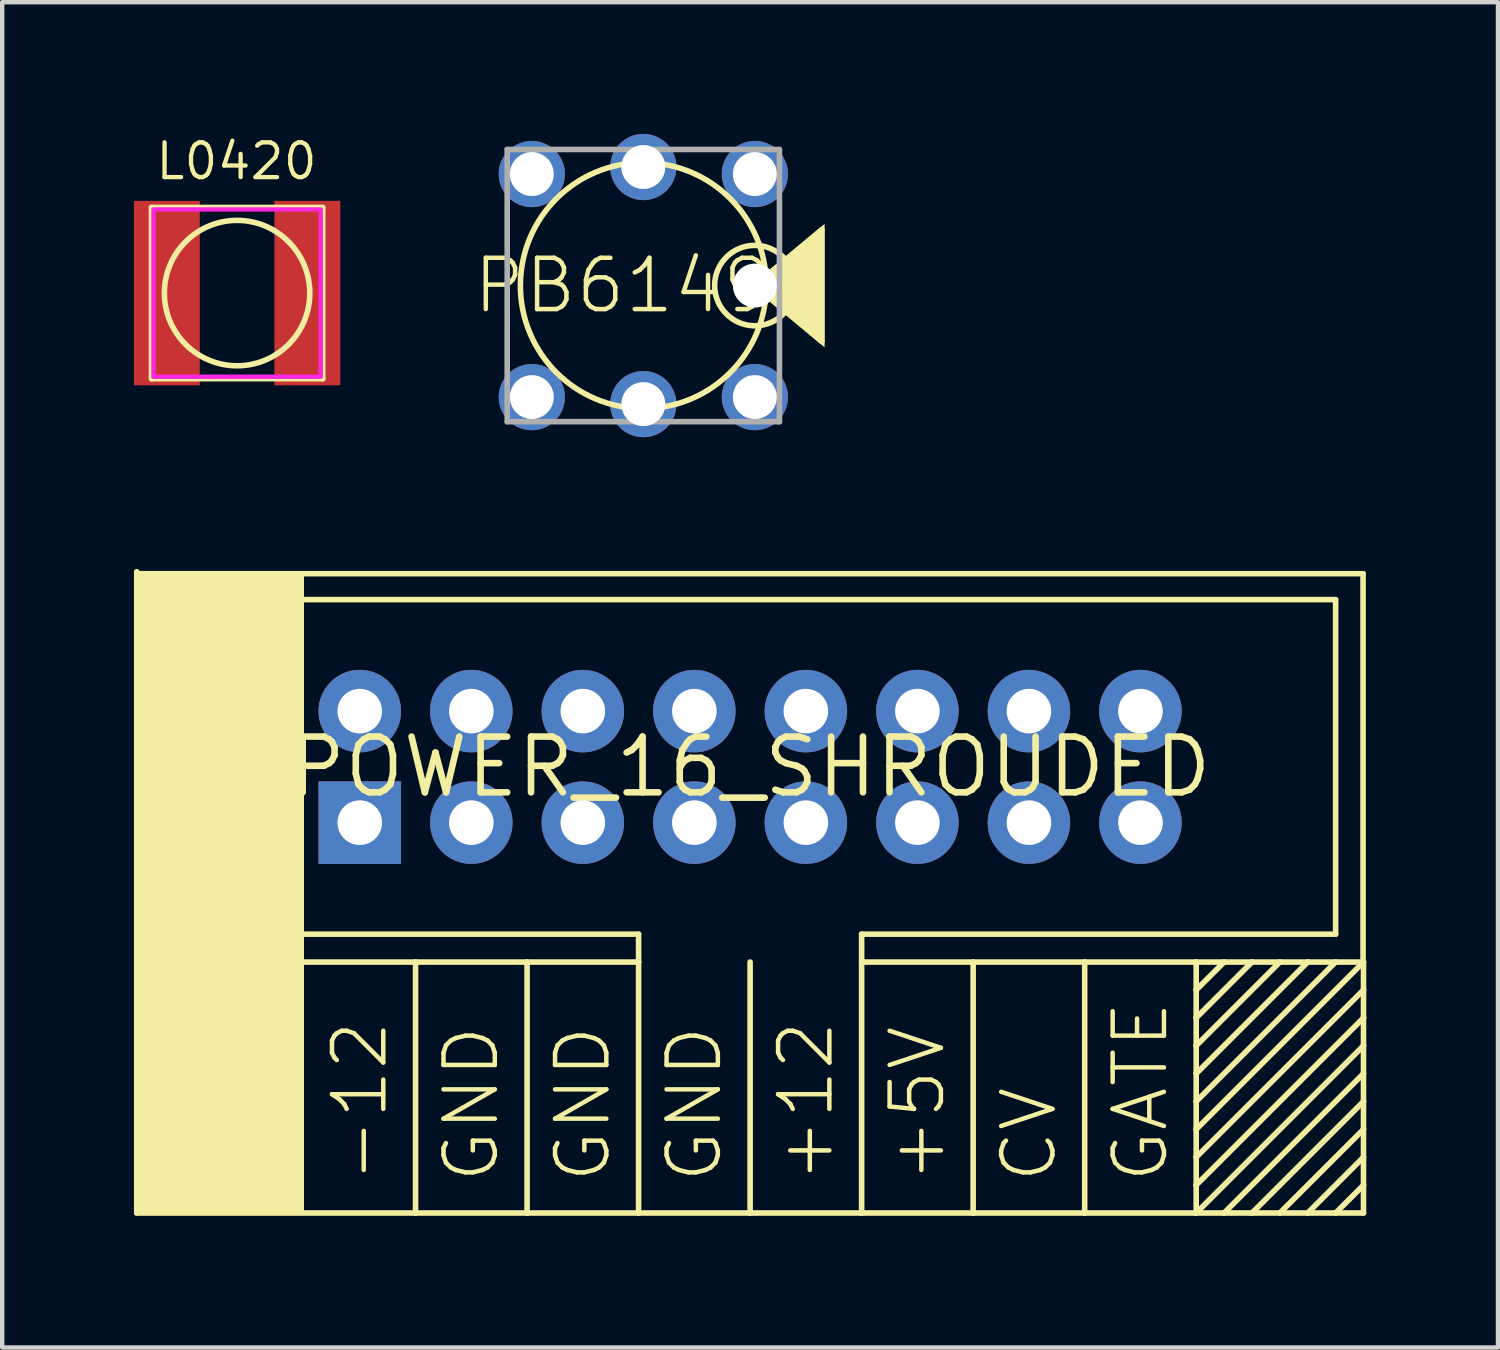
<source format=kicad_pcb>
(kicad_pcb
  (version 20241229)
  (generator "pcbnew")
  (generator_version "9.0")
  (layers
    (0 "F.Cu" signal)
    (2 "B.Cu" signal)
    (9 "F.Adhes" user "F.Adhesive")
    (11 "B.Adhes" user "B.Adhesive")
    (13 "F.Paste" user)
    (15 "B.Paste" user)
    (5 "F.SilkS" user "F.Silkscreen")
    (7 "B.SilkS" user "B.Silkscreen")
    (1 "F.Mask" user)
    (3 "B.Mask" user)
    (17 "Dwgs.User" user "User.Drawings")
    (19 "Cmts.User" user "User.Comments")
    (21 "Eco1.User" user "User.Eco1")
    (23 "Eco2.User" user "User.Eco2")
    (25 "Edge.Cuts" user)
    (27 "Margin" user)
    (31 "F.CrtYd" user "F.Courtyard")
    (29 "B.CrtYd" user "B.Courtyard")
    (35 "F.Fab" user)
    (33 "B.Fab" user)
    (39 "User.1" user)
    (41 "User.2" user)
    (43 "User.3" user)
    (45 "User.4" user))
  (footprint "PB6149L"
    (layer "F.Cu")
    (at 11.602 3.454)
    (property "Reference" "PB6149L" (at 0 0 0) (layer "F.SilkS") (effects (font (size 1.168 1.168) (thickness 0.102))))
    (attr through_hole)
    (fp_line (start 2.54 0) (end 4.064 -1.27) (stroke (width 0.127) (type solid)) (layer "F.SilkS"))
    (fp_line (start 4.064 -1.27) (end 4.064 1.27) (stroke (width 0.127) (type solid)) (layer "F.SilkS"))
    (fp_line (start 4.064 1.27) (end 2.54 0) (stroke (width 0.127) (type solid)) (layer "F.SilkS"))
    (fp_circle (center 0 0) (end 2.8 0) (stroke (width 0.127) (type solid)) (fill no) (layer "F.SilkS"))
    (fp_circle (center 2.54 0) (end 3.456 0) (stroke (width 0.127) (type solid)) (fill no) (layer "F.SilkS"))
    (fp_poly (pts (xy 4.128 1.406) (xy 2.441 0) (xy 4.128 -1.406)) (stroke (width 0) (type solid)) (fill yes) (layer "F.SilkS"))
    (fp_line (start -3.1 -3.1) (end 3.1 -3.1) (stroke (width 0.127) (type solid)) (layer "F.Fab"))
    (fp_line (start -3.1 3.1) (end -3.1 -3.1) (stroke (width 0.127) (type solid)) (layer "F.Fab"))
    (fp_line (start 3.1 -3.1) (end 3.1 3.1) (stroke (width 0.127) (type solid)) (layer "F.Fab"))
    (fp_line (start 3.1 3.1) (end -3.1 3.1) (stroke (width 0.127) (type solid)) (layer "F.Fab"))
    (fp_circle (center 0 0) (end 3 0) (stroke (width 0.025) (type solid)) (fill no) (layer "User.3"))
    (pad "" np_thru_hole circle (at 2.54 0) (size 1 1) (drill 1) (layers "*.Cu" "*.Mask"))
    (pad "1" thru_hole circle (at 2.54 -2.54) (size 1.508 1.508) (drill 1) (layers "*.Cu" "*.Mask"))
    (pad "2" thru_hole circle (at 2.54 2.54) (size 1.508 1.508) (drill 1) (layers "*.Cu" "*.Mask"))
    (pad "3" thru_hole circle (at -2.54 -2.54) (size 1.508 1.508) (drill 1) (layers "*.Cu" "*.Mask"))
    (pad "4" thru_hole circle (at -2.54 2.54) (size 1.508 1.508) (drill 1) (layers "*.Cu" "*.Mask"))
    (pad "LEDNEG" thru_hole circle (at 0 2.7) (size 1.508 1.508) (drill 1) (layers "*.Cu" "*.Mask"))
    (pad "LEDPOS" thru_hole circle (at 0 -2.7) (size 1.508 1.508) (drill 1) (layers "*.Cu" "*.Mask")))
  (footprint "L0420"
    (layer "F.Cu")
    (at 2.35 3.625)
    (property "Reference" "L0420" (at -1.905 -2.54 0) (layer "F.SilkS") (effects (font (size 0.791 0.791) (thickness 0.098)) (justify left bottom)))
    (fp_line (start -1.95 -1.95) (end 1.95 -1.95) (stroke (width 0.127) (type solid)) (layer "F.SilkS"))
    (fp_line (start -1.95 1.95) (end -1.95 -1.95) (stroke (width 0.127) (type solid)) (layer "F.SilkS"))
    (fp_line (start 1.95 -1.95) (end 1.95 1.95) (stroke (width 0.127) (type solid)) (layer "F.SilkS"))
    (fp_line (start 1.95 1.95) (end -1.95 1.95) (stroke (width 0.127) (type solid)) (layer "F.SilkS"))
    (fp_circle (center 0 0) (end 1.656 0) (stroke (width 0.127) (type solid)) (fill no) (layer "F.SilkS"))
    (fp_poly (pts (xy -1.905 1.905) (xy 1.905 1.905) (xy 1.905 -1.905) (xy -1.905 -1.905)) (stroke (width 0.1) (type solid)) (fill no) (layer "F.CrtYd"))
    (pad "1" smd rect (at -1.6 0 90) (size 4.2 1.5) (layers "F.Cu" "F.Mask" "F.Paste"))
    (pad "2" smd rect (at 1.6 0 90) (size 4.2 1.5) (layers "F.Cu" "F.Mask" "F.Paste")))
  (footprint "POWER_16_SHROUDED"
    (layer "F.Cu")
    (at 14.034 14.416)
    (property "Reference" "POWER_16_SHROUDED" (at 0 0 0) (layer "F.SilkS") (effects (font (size 1.27 1.27) (thickness 0.15))))
    (fp_line (start -13.97 -4.445) (end -13.97 10.16) (stroke (width 0.127) (type solid)) (layer "F.SilkS"))
    (fp_line (start -13.96 -4.4) (end 13.96 -4.4) (stroke (width 0.127) (type solid)) (layer "F.SilkS"))
    (fp_line (start -10.16 -3.81) (end 13.335 -3.81) (stroke (width 0.127) (type solid)) (layer "F.SilkS"))
    (fp_line (start -7.62 4.445) (end -10.16 4.445) (stroke (width 0.127) (type solid)) (layer "F.SilkS"))
    (fp_line (start -7.62 10.16) (end -13.97 10.16) (stroke (width 0.127) (type solid)) (layer "F.SilkS"))
    (fp_line (start -7.62 10.16) (end -7.62 4.445) (stroke (width 0.127) (type solid)) (layer "F.SilkS"))
    (fp_line (start -5.08 4.445) (end -7.62 4.445) (stroke (width 0.127) (type solid)) (layer "F.SilkS"))
    (fp_line (start -5.08 4.445) (end -5.08 10.16) (stroke (width 0.127) (type solid)) (layer "F.SilkS"))
    (fp_line (start -5.08 10.16) (end -7.62 10.16) (stroke (width 0.127) (type solid)) (layer "F.SilkS"))
    (fp_line (start -2.54 3.81) (end -10.795 3.81) (stroke (width 0.127) (type solid)) (layer "F.SilkS"))
    (fp_line (start -2.54 4.445) (end -5.08 4.445) (stroke (width 0.127) (type solid)) (layer "F.SilkS"))
    (fp_line (start -2.54 4.445) (end -2.54 3.81) (stroke (width 0.127) (type solid)) (layer "F.SilkS"))
    (fp_line (start -2.54 4.445) (end -2.54 10.16) (stroke (width 0.127) (type solid)) (layer "F.SilkS"))
    (fp_line (start -2.54 10.16) (end -5.08 10.16) (stroke (width 0.127) (type solid)) (layer "F.SilkS"))
    (fp_line (start 0 10.16) (end -2.54 10.16) (stroke (width 0.127) (type solid)) (layer "F.SilkS"))
    (fp_line (start 0 10.16) (end 0 4.445) (stroke (width 0.127) (type solid)) (layer "F.SilkS"))
    (fp_line (start 2.54 3.81) (end 2.54 4.445) (stroke (width 0.127) (type solid)) (layer "F.SilkS"))
    (fp_line (start 2.54 4.445) (end 5.08 4.445) (stroke (width 0.127) (type solid)) (layer "F.SilkS"))
    (fp_line (start 2.54 10.16) (end 0 10.16) (stroke (width 0.127) (type solid)) (layer "F.SilkS"))
    (fp_line (start 2.54 10.16) (end 2.54 4.445) (stroke (width 0.127) (type solid)) (layer "F.SilkS"))
    (fp_line (start 5.08 4.445) (end 7.62 4.445) (stroke (width 0.127) (type solid)) (layer "F.SilkS"))
    (fp_line (start 5.08 10.16) (end 2.54 10.16) (stroke (width 0.127) (type solid)) (layer "F.SilkS"))
    (fp_line (start 5.08 10.16) (end 5.08 4.445) (stroke (width 0.127) (type solid)) (layer "F.SilkS"))
    (fp_line (start 7.62 4.445) (end 10.16 4.445) (stroke (width 0.127) (type solid)) (layer "F.SilkS"))
    (fp_line (start 7.62 10.16) (end 5.08 10.16) (stroke (width 0.127) (type solid)) (layer "F.SilkS"))
    (fp_line (start 7.62 10.16) (end 7.62 4.445) (stroke (width 0.127) (type solid)) (layer "F.SilkS"))
    (fp_line (start 10.16 4.445) (end 10.795 4.445) (stroke (width 0.127) (type solid)) (layer "F.SilkS"))
    (fp_line (start 10.16 5.08) (end 10.16 4.445) (stroke (width 0.127) (type solid)) (layer "F.SilkS"))
    (fp_line (start 10.16 5.08) (end 10.795 4.445) (stroke (width 0.127) (type solid)) (layer "F.SilkS"))
    (fp_line (start 10.16 5.715) (end 10.16 5.08) (stroke (width 0.127) (type solid)) (layer "F.SilkS"))
    (fp_line (start 10.16 6.35) (end 10.16 5.715) (stroke (width 0.127) (type solid)) (layer "F.SilkS"))
    (fp_line (start 10.16 6.985) (end 10.16 6.35) (stroke (width 0.127) (type solid)) (layer "F.SilkS"))
    (fp_line (start 10.16 6.985) (end 12.7 4.445) (stroke (width 0.127) (type solid)) (layer "F.SilkS"))
    (fp_line (start 10.16 7.62) (end 10.16 6.985) (stroke (width 0.127) (type solid)) (layer "F.SilkS"))
    (fp_line (start 10.16 8.255) (end 10.16 7.62) (stroke (width 0.127) (type solid)) (layer "F.SilkS"))
    (fp_line (start 10.16 8.255) (end 13.97 4.445) (stroke (width 0.127) (type solid)) (layer "F.SilkS"))
    (fp_line (start 10.16 8.89) (end 10.16 8.255) (stroke (width 0.127) (type solid)) (layer "F.SilkS"))
    (fp_line (start 10.16 8.89) (end 10.16 9.525) (stroke (width 0.127) (type solid)) (layer "F.SilkS"))
    (fp_line (start 10.16 9.525) (end 13.97 5.715) (stroke (width 0.127) (type solid)) (layer "F.SilkS"))
    (fp_line (start 10.16 10.16) (end 7.62 10.16) (stroke (width 0.127) (type solid)) (layer "F.SilkS"))
    (fp_line (start 10.16 10.16) (end 10.16 9.525) (stroke (width 0.127) (type solid)) (layer "F.SilkS"))
    (fp_line (start 10.16 10.16) (end 10.795 10.16) (stroke (width 0.127) (type solid)) (layer "F.SilkS"))
    (fp_line (start 10.795 4.445) (end 11.43 4.445) (stroke (width 0.127) (type solid)) (layer "F.SilkS"))
    (fp_line (start 10.795 10.16) (end 11.43 10.16) (stroke (width 0.127) (type solid)) (layer "F.SilkS"))
    (fp_line (start 10.795 10.16) (end 13.97 6.985) (stroke (width 0.127) (type solid)) (layer "F.SilkS"))
    (fp_line (start 11.43 4.445) (end 10.16 5.715) (stroke (width 0.127) (type solid)) (layer "F.SilkS"))
    (fp_line (start 11.43 4.445) (end 12.065 4.445) (stroke (width 0.127) (type solid)) (layer "F.SilkS"))
    (fp_line (start 11.43 10.16) (end 12.065 10.16) (stroke (width 0.127) (type solid)) (layer "F.SilkS"))
    (fp_line (start 12.065 4.445) (end 10.16 6.35) (stroke (width 0.127) (type solid)) (layer "F.SilkS"))
    (fp_line (start 12.065 4.445) (end 12.7 4.445) (stroke (width 0.127) (type solid)) (layer "F.SilkS"))
    (fp_line (start 12.065 10.16) (end 12.7 10.16) (stroke (width 0.127) (type solid)) (layer "F.SilkS"))
    (fp_line (start 12.065 10.16) (end 13.97 8.255) (stroke (width 0.127) (type solid)) (layer "F.SilkS"))
    (fp_line (start 12.7 4.445) (end 13.335 4.445) (stroke (width 0.127) (type solid)) (layer "F.SilkS"))
    (fp_line (start 12.7 10.16) (end 13.335 10.16) (stroke (width 0.127) (type solid)) (layer "F.SilkS"))
    (fp_line (start 13.335 -3.81) (end 13.335 3.81) (stroke (width 0.127) (type solid)) (layer "F.SilkS"))
    (fp_line (start 13.335 3.81) (end 2.54 3.81) (stroke (width 0.127) (type solid)) (layer "F.SilkS"))
    (fp_line (start 13.335 4.445) (end 10.16 7.62) (stroke (width 0.127) (type solid)) (layer "F.SilkS"))
    (fp_line (start 13.335 4.445) (end 13.97 4.445) (stroke (width 0.127) (type solid)) (layer "F.SilkS"))
    (fp_line (start 13.335 10.16) (end 13.97 9.525) (stroke (width 0.127) (type solid)) (layer "F.SilkS"))
    (fp_line (start 13.335 10.16) (end 13.97 10.16) (stroke (width 0.127) (type solid)) (layer "F.SilkS"))
    (fp_line (start 13.96 -4.4) (end 13.96 4.4) (stroke (width 0.127) (type solid)) (layer "F.SilkS"))
    (fp_line (start 13.97 5.08) (end 10.16 8.89) (stroke (width 0.127) (type solid)) (layer "F.SilkS"))
    (fp_line (start 13.97 5.08) (end 13.97 4.445) (stroke (width 0.127) (type solid)) (layer "F.SilkS"))
    (fp_line (start 13.97 5.715) (end 13.97 5.08) (stroke (width 0.127) (type solid)) (layer "F.SilkS"))
    (fp_line (start 13.97 6.35) (end 10.16 10.16) (stroke (width 0.127) (type solid)) (layer "F.SilkS"))
    (fp_line (start 13.97 6.35) (end 13.97 5.715) (stroke (width 0.127) (type solid)) (layer "F.SilkS"))
    (fp_line (start 13.97 6.985) (end 13.97 6.35) (stroke (width 0.127) (type solid)) (layer "F.SilkS"))
    (fp_line (start 13.97 7.62) (end 11.43 10.16) (stroke (width 0.127) (type solid)) (layer "F.SilkS"))
    (fp_line (start 13.97 7.62) (end 13.97 6.985) (stroke (width 0.127) (type solid)) (layer "F.SilkS"))
    (fp_line (start 13.97 8.255) (end 13.97 7.62) (stroke (width 0.127) (type solid)) (layer "F.SilkS"))
    (fp_line (start 13.97 8.89) (end 12.7 10.16) (stroke (width 0.127) (type solid)) (layer "F.SilkS"))
    (fp_line (start 13.97 8.89) (end 13.97 8.255) (stroke (width 0.127) (type solid)) (layer "F.SilkS"))
    (fp_line (start 13.97 9.525) (end 13.97 8.89) (stroke (width 0.127) (type solid)) (layer "F.SilkS"))
    (fp_line (start 13.97 10.16) (end 13.97 9.525) (stroke (width 0.127) (type solid)) (layer "F.SilkS"))
    (fp_poly (pts (xy -13.97 10.16) (xy -10.16 10.16) (xy -10.16 -4.445) (xy -13.97 -4.445)) (stroke (width 0) (type solid)) (fill yes) (layer "F.SilkS"))
    (fp_text user "GND" (at -6.35 9.525 90) (layer "F.SilkS") (effects (font (size 1.168 1.168) (thickness 0.102)) (justify left)))
    (fp_text user "+12" (at 1.27 9.525 90) (layer "F.SilkS") (effects (font (size 1.168 1.168) (thickness 0.102)) (justify left)))
    (fp_text user "-12" (at -8.89 9.525 90) (layer "F.SilkS") (effects (font (size 1.168 1.168) (thickness 0.102)) (justify left)))
    (fp_text user "GND" (at -3.81 9.525 90) (layer "F.SilkS") (effects (font (size 1.168 1.168) (thickness 0.102)) (justify left)))
    (fp_text user "GND" (at -1.27 9.525 90) (layer "F.SilkS") (effects (font (size 1.168 1.168) (thickness 0.102)) (justify left)))
    (fp_text user "GATE" (at 8.89 9.525 90) (layer "F.SilkS") (effects (font (size 1.168 1.168) (thickness 0.102)) (justify left)))
    (fp_text user "+5V" (at 3.81 9.525 90) (layer "F.SilkS") (effects (font (size 1.168 1.168) (thickness 0.102)) (justify left)))
    (fp_text user "CV" (at 6.35 9.525 90) (layer "F.SilkS") (effects (font (size 1.168 1.168) (thickness 0.102)) (justify left)))
    (pad "1" thru_hole rect (at -8.89 1.27) (size 1.88 1.88) (drill 1.016) (layers "*.Cu" "*.Mask"))
    (pad "2" thru_hole circle (at -8.89 -1.27) (size 1.88 1.88) (drill 1.016) (layers "*.Cu" "*.Mask"))
    (pad "3" thru_hole circle (at -6.35 1.27) (size 1.88 1.88) (drill 1.016) (layers "*.Cu" "*.Mask"))
    (pad "4" thru_hole circle (at -6.35 -1.27) (size 1.88 1.88) (drill 1.016) (layers "*.Cu" "*.Mask"))
    (pad "5" thru_hole circle (at -3.81 1.27) (size 1.88 1.88) (drill 1.016) (layers "*.Cu" "*.Mask"))
    (pad "6" thru_hole circle (at -3.81 -1.27) (size 1.88 1.88) (drill 1.016) (layers "*.Cu" "*.Mask"))
    (pad "7" thru_hole circle (at -1.27 1.27) (size 1.88 1.88) (drill 1.016) (layers "*.Cu" "*.Mask"))
    (pad "8" thru_hole circle (at -1.27 -1.27) (size 1.88 1.88) (drill 1.016) (layers "*.Cu" "*.Mask"))
    (pad "9" thru_hole circle (at 1.27 1.27) (size 1.88 1.88) (drill 1.016) (layers "*.Cu" "*.Mask"))
    (pad "10" thru_hole circle (at 1.27 -1.27) (size 1.88 1.88) (drill 1.016) (layers "*.Cu" "*.Mask"))
    (pad "11" thru_hole circle (at 3.81 1.27) (size 1.88 1.88) (drill 1.016) (layers "*.Cu" "*.Mask"))
    (pad "12" thru_hole circle (at 3.81 -1.27) (size 1.88 1.88) (drill 1.016) (layers "*.Cu" "*.Mask"))
    (pad "13" thru_hole circle (at 6.35 1.27) (size 1.88 1.88) (drill 1.016) (layers "*.Cu" "*.Mask"))
    (pad "14" thru_hole circle (at 6.35 -1.27) (size 1.88 1.88) (drill 1.016) (layers "*.Cu" "*.Mask"))
    (pad "15" thru_hole circle (at 8.89 1.27) (size 1.88 1.88) (drill 1.016) (layers "*.Cu" "*.Mask"))
    (pad "16" thru_hole circle (at 8.89 -1.27) (size 1.88 1.88) (drill 1.016) (layers "*.Cu" "*.Mask")))
  (gr_rect
    (start -3 -3)
    (end 31.067 27.64)
    (stroke (width 0.1) (type default))
    (fill no)
    (layer "Edge.Cuts")))
</source>
